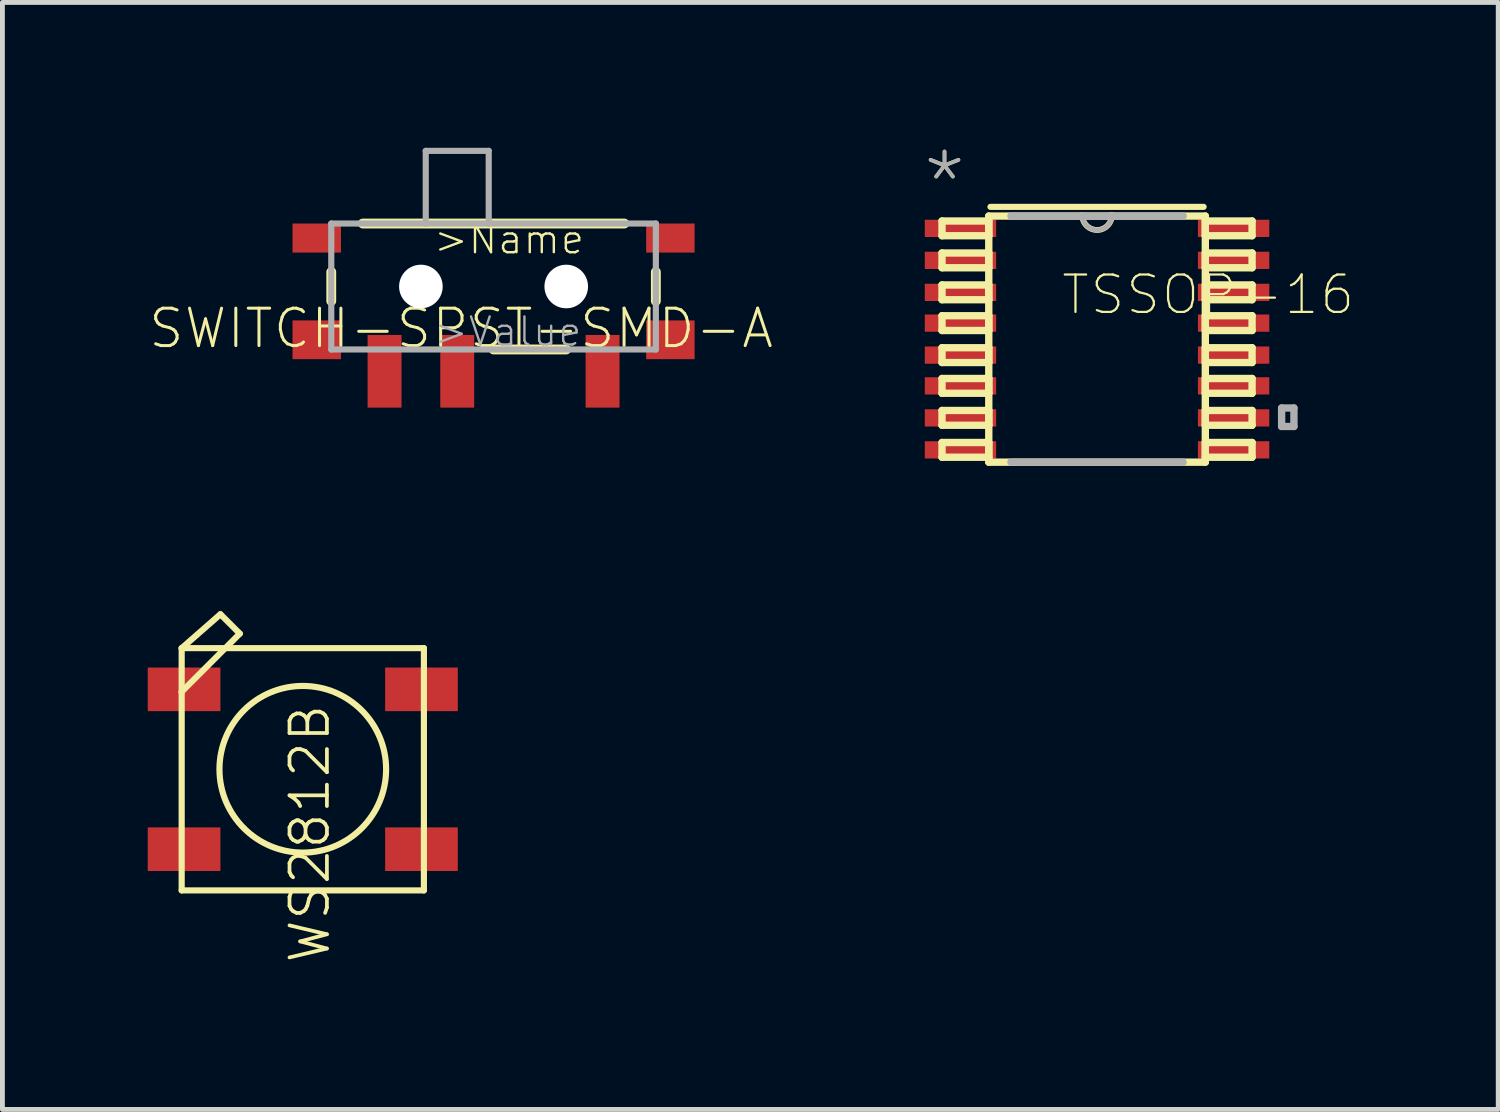
<source format=kicad_pcb>
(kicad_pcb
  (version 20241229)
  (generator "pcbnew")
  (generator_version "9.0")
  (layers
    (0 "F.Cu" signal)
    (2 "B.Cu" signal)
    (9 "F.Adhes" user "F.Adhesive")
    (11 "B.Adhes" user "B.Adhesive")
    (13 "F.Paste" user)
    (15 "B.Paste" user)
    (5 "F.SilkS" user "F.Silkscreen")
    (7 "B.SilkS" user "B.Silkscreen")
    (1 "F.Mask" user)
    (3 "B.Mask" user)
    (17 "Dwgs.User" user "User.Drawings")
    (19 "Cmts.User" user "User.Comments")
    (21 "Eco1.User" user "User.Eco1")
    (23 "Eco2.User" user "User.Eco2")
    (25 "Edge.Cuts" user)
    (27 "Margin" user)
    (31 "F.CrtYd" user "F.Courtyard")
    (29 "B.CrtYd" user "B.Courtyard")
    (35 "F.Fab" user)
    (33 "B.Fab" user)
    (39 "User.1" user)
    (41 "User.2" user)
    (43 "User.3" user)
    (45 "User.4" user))
  (footprint "WS2812B"
    (layer "F.Cu")
    (at 3.2 12.829)
    (property "Reference" "WS2812B" (at -0.307 -1.387 270) (layer "F.SilkS") (effects (font (size 0.772 0.772) (thickness 0.077)) (justify right top)))
    (attr through_hole)
    (fp_line (start -2.5 -2.5) (end -1.6 -2.5) (stroke (width 0.127) (type solid)) (layer "F.SilkS"))
    (fp_line (start -2.5 -1.6) (end -2.5 -2.5) (stroke (width 0.127) (type solid)) (layer "F.SilkS"))
    (fp_line (start -2.5 -1.6) (end -1.6 -2.5) (stroke (width 0.127) (type solid)) (layer "F.SilkS"))
    (fp_line (start -2.5 2.5) (end -2.5 -1.6) (stroke (width 0.127) (type solid)) (layer "F.SilkS"))
    (fp_line (start -1.7 -3.2) (end -2.5 -2.5) (stroke (width 0.127) (type solid)) (layer "F.SilkS"))
    (fp_line (start -1.6 -2.5) (end -1.3 -2.8) (stroke (width 0.127) (type solid)) (layer "F.SilkS"))
    (fp_line (start -1.6 -2.5) (end 2.5 -2.5) (stroke (width 0.127) (type solid)) (layer "F.SilkS"))
    (fp_line (start -1.3 -2.8) (end -1.7 -3.2) (stroke (width 0.127) (type solid)) (layer "F.SilkS"))
    (fp_line (start 2.5 -2.5) (end 2.5 2.5) (stroke (width 0.127) (type solid)) (layer "F.SilkS"))
    (fp_line (start 2.5 2.5) (end -2.5 2.5) (stroke (width 0.127) (type solid)) (layer "F.SilkS"))
    (fp_circle (center 0 0) (end 1.72 0) (stroke (width 0.127) (type solid)) (fill no) (layer "F.SilkS"))
    (pad "1-VDD" smd rect (at 2.45 1.65 180) (size 1.5 0.9) (layers "F.Cu" "F.Mask" "F.Paste"))
    (pad "2-DOUT" smd rect (at 2.45 -1.65 180) (size 1.5 0.9) (layers "F.Cu" "F.Mask" "F.Paste"))
    (pad "3-GND" smd rect (at -2.45 -1.65 180) (size 1.5 0.9) (layers "F.Cu" "F.Mask" "F.Paste"))
    (pad "4-DIN" smd rect (at -2.45 1.65 180) (size 1.5 0.9) (layers "F.Cu" "F.Mask" "F.Paste")))
  (footprint "TSSOP-16"
    (layer "F.Cu")
    (at 19.595 4.32)
    (property "Reference" "TSSOP-16" (at -0.77 -0.835 0) (layer "F.SilkS") (effects (font (size 0.772 0.772) (thickness 0.046)) (justify left bottom)))
    (attr through_hole)
    (fp_line (start -3.2 -2.808) (end -3.2 -2.504) (stroke (width 0.152) (type solid)) (layer "F.SilkS"))
    (fp_line (start -3.2 -2.504) (end -2.235 -2.504) (stroke (width 0.152) (type solid)) (layer "F.SilkS"))
    (fp_line (start -3.2 -2.148) (end -3.2 -1.843) (stroke (width 0.152) (type solid)) (layer "F.SilkS"))
    (fp_line (start -3.2 -1.843) (end -2.235 -1.843) (stroke (width 0.152) (type solid)) (layer "F.SilkS"))
    (fp_line (start -3.2 -1.488) (end -3.2 -1.183) (stroke (width 0.152) (type solid)) (layer "F.SilkS"))
    (fp_line (start -3.2 -1.183) (end -2.235 -1.183) (stroke (width 0.152) (type solid)) (layer "F.SilkS"))
    (fp_line (start -3.2 -0.853) (end -3.2 -0.548) (stroke (width 0.152) (type solid)) (layer "F.SilkS"))
    (fp_line (start -3.2 -0.548) (end -2.235 -0.548) (stroke (width 0.152) (type solid)) (layer "F.SilkS"))
    (fp_line (start -3.2 -0.192) (end -3.2 0.113) (stroke (width 0.152) (type solid)) (layer "F.SilkS"))
    (fp_line (start -3.2 0.113) (end -2.235 0.113) (stroke (width 0.152) (type solid)) (layer "F.SilkS"))
    (fp_line (start -3.2 0.443) (end -3.2 0.748) (stroke (width 0.152) (type solid)) (layer "F.SilkS"))
    (fp_line (start -3.2 0.748) (end -2.235 0.748) (stroke (width 0.152) (type solid)) (layer "F.SilkS"))
    (fp_line (start -3.2 1.103) (end -3.2 1.408) (stroke (width 0.152) (type solid)) (layer "F.SilkS"))
    (fp_line (start -3.2 1.408) (end -2.235 1.408) (stroke (width 0.152) (type solid)) (layer "F.SilkS"))
    (fp_line (start -3.2 1.764) (end -3.2 2.068) (stroke (width 0.152) (type solid)) (layer "F.SilkS"))
    (fp_line (start -3.2 2.068) (end -2.235 2.068) (stroke (width 0.152) (type solid)) (layer "F.SilkS"))
    (fp_line (start -2.235 -2.91) (end -2.235 2.17) (stroke (width 0.152) (type solid)) (layer "F.SilkS"))
    (fp_line (start -2.235 -2.808) (end -3.2 -2.808) (stroke (width 0.152) (type solid)) (layer "F.SilkS"))
    (fp_line (start -2.235 -2.504) (end -2.235 -2.808) (stroke (width 0.152) (type solid)) (layer "F.SilkS"))
    (fp_line (start -2.235 -2.148) (end -3.2 -2.148) (stroke (width 0.152) (type solid)) (layer "F.SilkS"))
    (fp_line (start -2.235 -1.843) (end -2.235 -2.148) (stroke (width 0.152) (type solid)) (layer "F.SilkS"))
    (fp_line (start -2.235 -1.488) (end -3.2 -1.488) (stroke (width 0.152) (type solid)) (layer "F.SilkS"))
    (fp_line (start -2.235 -1.183) (end -2.235 -1.488) (stroke (width 0.152) (type solid)) (layer "F.SilkS"))
    (fp_line (start -2.235 -0.853) (end -3.2 -0.853) (stroke (width 0.152) (type solid)) (layer "F.SilkS"))
    (fp_line (start -2.235 -0.548) (end -2.235 -0.853) (stroke (width 0.152) (type solid)) (layer "F.SilkS"))
    (fp_line (start -2.235 -0.192) (end -3.2 -0.192) (stroke (width 0.152) (type solid)) (layer "F.SilkS"))
    (fp_line (start -2.235 0.113) (end -2.235 -0.192) (stroke (width 0.152) (type solid)) (layer "F.SilkS"))
    (fp_line (start -2.235 0.443) (end -3.2 0.443) (stroke (width 0.152) (type solid)) (layer "F.SilkS"))
    (fp_line (start -2.235 0.748) (end -2.235 0.443) (stroke (width 0.152) (type solid)) (layer "F.SilkS"))
    (fp_line (start -2.235 1.103) (end -3.2 1.103) (stroke (width 0.152) (type solid)) (layer "F.SilkS"))
    (fp_line (start -2.235 1.408) (end -2.235 1.103) (stroke (width 0.152) (type solid)) (layer "F.SilkS"))
    (fp_line (start -2.235 1.764) (end -3.2 1.764) (stroke (width 0.152) (type solid)) (layer "F.SilkS"))
    (fp_line (start -2.235 2.068) (end -2.235 1.764) (stroke (width 0.152) (type solid)) (layer "F.SilkS"))
    (fp_line (start -2.235 2.17) (end 2.235 2.17) (stroke (width 0.152) (type solid)) (layer "F.SilkS"))
    (fp_line (start -2.2 -3.1) (end 2.2 -3.1) (stroke (width 0.127) (type solid)) (layer "F.SilkS"))
    (fp_line (start -0.305 -2.91) (end -2.235 -2.91) (stroke (width 0.152) (type solid)) (layer "F.SilkS"))
    (fp_line (start 2.235 -2.91) (end -0.305 -2.91) (stroke (width 0.152) (type solid)) (layer "F.SilkS"))
    (fp_line (start 2.235 -2.808) (end 2.235 -2.504) (stroke (width 0.152) (type solid)) (layer "F.SilkS"))
    (fp_line (start 2.235 -2.504) (end 3.2 -2.504) (stroke (width 0.152) (type solid)) (layer "F.SilkS"))
    (fp_line (start 2.235 -2.148) (end 2.235 -1.843) (stroke (width 0.152) (type solid)) (layer "F.SilkS"))
    (fp_line (start 2.235 -1.843) (end 3.2 -1.843) (stroke (width 0.152) (type solid)) (layer "F.SilkS"))
    (fp_line (start 2.235 -1.488) (end 2.235 -1.183) (stroke (width 0.152) (type solid)) (layer "F.SilkS"))
    (fp_line (start 2.235 -1.183) (end 3.2 -1.183) (stroke (width 0.152) (type solid)) (layer "F.SilkS"))
    (fp_line (start 2.235 -0.853) (end 2.235 -0.548) (stroke (width 0.152) (type solid)) (layer "F.SilkS"))
    (fp_line (start 2.235 -0.548) (end 3.2 -0.548) (stroke (width 0.152) (type solid)) (layer "F.SilkS"))
    (fp_line (start 2.235 -0.192) (end 2.235 0.113) (stroke (width 0.152) (type solid)) (layer "F.SilkS"))
    (fp_line (start 2.235 0.113) (end 3.2 0.113) (stroke (width 0.152) (type solid)) (layer "F.SilkS"))
    (fp_line (start 2.235 0.443) (end 2.235 0.748) (stroke (width 0.152) (type solid)) (layer "F.SilkS"))
    (fp_line (start 2.235 0.748) (end 3.2 0.748) (stroke (width 0.152) (type solid)) (layer "F.SilkS"))
    (fp_line (start 2.235 1.103) (end 2.235 1.408) (stroke (width 0.152) (type solid)) (layer "F.SilkS"))
    (fp_line (start 2.235 1.408) (end 3.2 1.408) (stroke (width 0.152) (type solid)) (layer "F.SilkS"))
    (fp_line (start 2.235 1.764) (end 2.235 2.068) (stroke (width 0.152) (type solid)) (layer "F.SilkS"))
    (fp_line (start 2.235 2.068) (end 3.2 2.068) (stroke (width 0.152) (type solid)) (layer "F.SilkS"))
    (fp_line (start 2.235 2.17) (end 2.235 -2.91) (stroke (width 0.152) (type solid)) (layer "F.SilkS"))
    (fp_line (start 3.2 -2.808) (end 2.235 -2.808) (stroke (width 0.152) (type solid)) (layer "F.SilkS"))
    (fp_line (start 3.2 -2.504) (end 3.2 -2.808) (stroke (width 0.152) (type solid)) (layer "F.SilkS"))
    (fp_line (start 3.2 -2.148) (end 2.235 -2.148) (stroke (width 0.152) (type solid)) (layer "F.SilkS"))
    (fp_line (start 3.2 -1.843) (end 3.2 -2.148) (stroke (width 0.152) (type solid)) (layer "F.SilkS"))
    (fp_line (start 3.2 -1.488) (end 2.235 -1.488) (stroke (width 0.152) (type solid)) (layer "F.SilkS"))
    (fp_line (start 3.2 -1.183) (end 3.2 -1.488) (stroke (width 0.152) (type solid)) (layer "F.SilkS"))
    (fp_line (start 3.2 -0.853) (end 2.235 -0.853) (stroke (width 0.152) (type solid)) (layer "F.SilkS"))
    (fp_line (start 3.2 -0.548) (end 3.2 -0.853) (stroke (width 0.152) (type solid)) (layer "F.SilkS"))
    (fp_line (start 3.2 -0.192) (end 2.235 -0.192) (stroke (width 0.152) (type solid)) (layer "F.SilkS"))
    (fp_line (start 3.2 0.113) (end 3.2 -0.192) (stroke (width 0.152) (type solid)) (layer "F.SilkS"))
    (fp_line (start 3.2 0.443) (end 2.235 0.443) (stroke (width 0.152) (type solid)) (layer "F.SilkS"))
    (fp_line (start 3.2 0.748) (end 3.2 0.443) (stroke (width 0.152) (type solid)) (layer "F.SilkS"))
    (fp_line (start 3.2 1.103) (end 2.235 1.103) (stroke (width 0.152) (type solid)) (layer "F.SilkS"))
    (fp_line (start 3.2 1.408) (end 3.2 1.103) (stroke (width 0.152) (type solid)) (layer "F.SilkS"))
    (fp_line (start 3.2 1.764) (end 2.235 1.764) (stroke (width 0.152) (type solid)) (layer "F.SilkS"))
    (fp_line (start 3.2 2.068) (end 3.2 1.764) (stroke (width 0.152) (type solid)) (layer "F.SilkS"))
    (fp_arc (start 0.3048 -2.9354) (mid 0.0127 -2.6179) (end -0.3048 -2.91) (stroke (width 0.12) (type solid)) (layer "F.SilkS"))
    (fp_line (start -1.778 2.17) (end 1.778 2.17) (stroke (width 0.152) (type solid)) (layer "F.Fab"))
    (fp_line (start -0.305 -2.91) (end -1.778 -2.91) (stroke (width 0.152) (type solid)) (layer "F.Fab"))
    (fp_line (start 1.778 -2.91) (end -0.305 -2.91) (stroke (width 0.152) (type solid)) (layer "F.Fab"))
    (fp_line (start 3.81 1.052) (end 4.064 1.052) (stroke (width 0.152) (type solid)) (layer "F.Fab"))
    (fp_line (start 3.81 1.433) (end 3.81 1.052) (stroke (width 0.152) (type solid)) (layer "F.Fab"))
    (fp_line (start 4.064 1.052) (end 4.064 1.433) (stroke (width 0.152) (type solid)) (layer "F.Fab"))
    (fp_line (start 4.064 1.433) (end 3.81 1.433) (stroke (width 0.152) (type solid)) (layer "F.Fab"))
    (fp_arc (start 0.3048 -2.9354) (mid 0.0127 -2.6179) (end -0.3048 -2.91) (stroke (width 0.1) (type solid)) (layer "F.Fab"))
    (fp_text user "*" (at -3.658 -2.885 0) (layer "F.SilkS") (effects (font (size 1.206 1.206) (thickness 0.076)) (justify left bottom)))
    (fp_text user "*" (at -3.658 -2.885 0) (layer "F.Fab") (effects (font (size 1.206 1.206) (thickness 0.076)) (justify left bottom)))
    (pad "1" smd rect (at -2.819 -2.656) (size 1.473 0.356) (layers "F.Cu" "F.Mask" "F.Paste"))
    (pad "2" smd rect (at -2.819 -1.996) (size 1.473 0.356) (layers "F.Cu" "F.Mask" "F.Paste"))
    (pad "3" smd rect (at -2.819 -1.335) (size 1.473 0.356) (layers "F.Cu" "F.Mask" "F.Paste"))
    (pad "4" smd rect (at -2.819 -0.7) (size 1.473 0.356) (layers "F.Cu" "F.Mask" "F.Paste"))
    (pad "5" smd rect (at -2.819 -0.04) (size 1.473 0.356) (layers "F.Cu" "F.Mask" "F.Paste"))
    (pad "6" smd rect (at -2.819 0.595) (size 1.473 0.356) (layers "F.Cu" "F.Mask" "F.Paste"))
    (pad "7" smd rect (at -2.819 1.256) (size 1.473 0.356) (layers "F.Cu" "F.Mask" "F.Paste"))
    (pad "8" smd rect (at -2.819 1.916) (size 1.473 0.356) (layers "F.Cu" "F.Mask" "F.Paste"))
    (pad "9" smd rect (at 2.819 1.916) (size 1.473 0.356) (layers "F.Cu" "F.Mask" "F.Paste"))
    (pad "10" smd rect (at 2.819 1.256) (size 1.473 0.356) (layers "F.Cu" "F.Mask" "F.Paste"))
    (pad "11" smd rect (at 2.819 0.595) (size 1.473 0.356) (layers "F.Cu" "F.Mask" "F.Paste"))
    (pad "12" smd rect (at 2.819 -0.04) (size 1.473 0.356) (layers "F.Cu" "F.Mask" "F.Paste"))
    (pad "13" smd rect (at 2.819 -0.7) (size 1.473 0.356) (layers "F.Cu" "F.Mask" "F.Paste"))
    (pad "14" smd rect (at 2.819 -1.335) (size 1.473 0.356) (layers "F.Cu" "F.Mask" "F.Paste"))
    (pad "15" smd rect (at 2.819 -1.996) (size 1.473 0.356) (layers "F.Cu" "F.Mask" "F.Paste"))
    (pad "16" smd rect (at 2.819 -2.656) (size 1.473 0.356) (layers "F.Cu" "F.Mask" "F.Paste")))
  (footprint "SWITCH-SPST-SMD-A"
    (layer "F.Cu")
    (at 7.138 2.864)
    (property "Reference" "SWITCH-SPST-SMD-A" (at -0.67 0.865 180) (layer "F.SilkS") (effects (font (size 0.772 0.772) (thickness 0.062))))
    (attr through_hole)
    (fp_line (start -3.35 -0.3) (end -3.35 0.3) (stroke (width 0.203) (type solid)) (layer "F.SilkS"))
    (fp_line (start 1.5 1.3) (end 0 1.3) (stroke (width 0.203) (type solid)) (layer "F.SilkS"))
    (fp_line (start 2.7 -1.3) (end -2.7 -1.3) (stroke (width 0.203) (type solid)) (layer "F.SilkS"))
    (fp_line (start 3.35 -0.3) (end 3.35 0.3) (stroke (width 0.203) (type solid)) (layer "F.SilkS"))
    (fp_line (start -3.35 -1.3) (end -3.35 1.3) (stroke (width 0.127) (type solid)) (layer "F.Fab"))
    (fp_line (start -3.35 1.3) (end 3.35 1.3) (stroke (width 0.127) (type solid)) (layer "F.Fab"))
    (fp_line (start -1.4 -2.8) (end -1.4 -1.3) (stroke (width 0.127) (type solid)) (layer "F.Fab"))
    (fp_line (start -1.4 -1.3) (end -3.35 -1.3) (stroke (width 0.127) (type solid)) (layer "F.Fab"))
    (fp_line (start -0.1 -2.8) (end -1.4 -2.8) (stroke (width 0.127) (type solid)) (layer "F.Fab"))
    (fp_line (start -0.1 -1.3) (end -1.4 -1.3) (stroke (width 0.127) (type solid)) (layer "F.Fab"))
    (fp_line (start -0.1 -1.3) (end -0.1 -2.8) (stroke (width 0.127) (type solid)) (layer "F.Fab"))
    (fp_line (start 3.35 -1.3) (end -0.1 -1.3) (stroke (width 0.127) (type solid)) (layer "F.Fab"))
    (fp_line (start 3.35 1.3) (end 3.35 -1.3) (stroke (width 0.127) (type solid)) (layer "F.Fab"))
    (fp_text user ">Name" (at -1.27 -0.635 0) (layer "F.SilkS") (effects (font (size 0.579 0.579) (thickness 0.049)) (justify left bottom)))
    (fp_text user ">Value" (at -1.27 1.27 0) (layer "F.Fab") (effects (font (size 0.579 0.579) (thickness 0.049)) (justify left bottom)))
    (pad "" np_thru_hole circle (at -1.5 0) (size 0.9 0.9) (drill 0.9) (layers "*.Cu" "*.Mask"))
    (pad "" np_thru_hole circle (at 1.5 0) (size 0.9 0.9) (drill 0.9) (layers "*.Cu" "*.Mask"))
    (pad "1" smd rect (at -2.25 1.75 180) (size 0.7 1.5) (layers "F.Cu" "F.Mask" "F.Paste"))
    (pad "2" smd rect (at -0.75 1.75 180) (size 0.7 1.5) (layers "F.Cu" "F.Mask" "F.Paste"))
    (pad "3" smd rect (at 2.25 1.75 180) (size 0.7 1.5) (layers "F.Cu" "F.Mask" "F.Paste"))
    (pad "GND1" smd rect (at -3.65 -1) (size 1 0.6) (layers "F.Cu" "F.Mask" "F.Paste"))
    (pad "GND2" smd rect (at -3.65 1.1) (size 1 0.8) (layers "F.Cu" "F.Mask" "F.Paste"))
    (pad "GND3" smd rect (at 3.65 -1) (size 1 0.6) (layers "F.Cu" "F.Mask" "F.Paste"))
    (pad "GND4" smd rect (at 3.65 1.1) (size 1 0.8) (layers "F.Cu" "F.Mask" "F.Paste")))
  (gr_rect
    (start -3 -3)
    (end 27.876 19.851)
    (stroke (width 0.1) (type default))
    (fill no)
    (layer "Edge.Cuts")))
</source>
